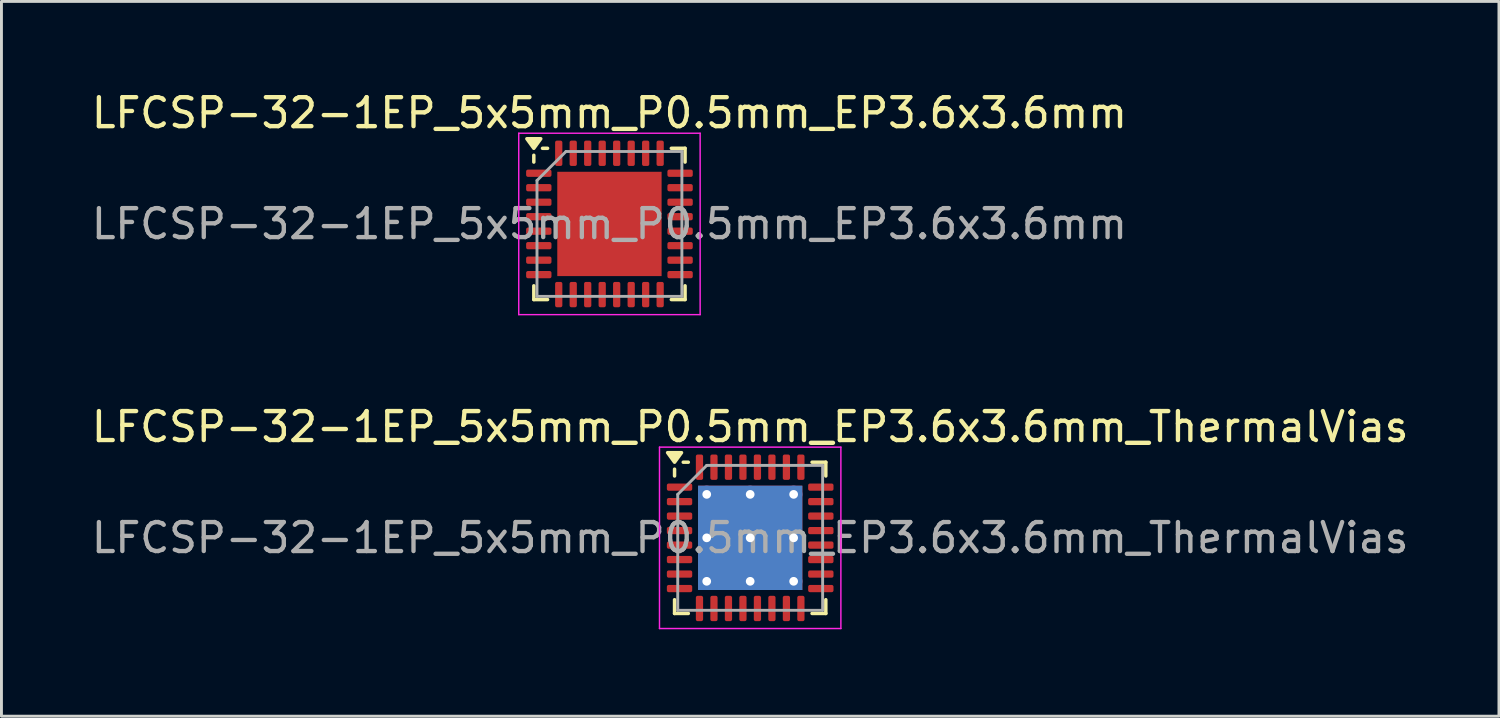
<source format=kicad_pcb>
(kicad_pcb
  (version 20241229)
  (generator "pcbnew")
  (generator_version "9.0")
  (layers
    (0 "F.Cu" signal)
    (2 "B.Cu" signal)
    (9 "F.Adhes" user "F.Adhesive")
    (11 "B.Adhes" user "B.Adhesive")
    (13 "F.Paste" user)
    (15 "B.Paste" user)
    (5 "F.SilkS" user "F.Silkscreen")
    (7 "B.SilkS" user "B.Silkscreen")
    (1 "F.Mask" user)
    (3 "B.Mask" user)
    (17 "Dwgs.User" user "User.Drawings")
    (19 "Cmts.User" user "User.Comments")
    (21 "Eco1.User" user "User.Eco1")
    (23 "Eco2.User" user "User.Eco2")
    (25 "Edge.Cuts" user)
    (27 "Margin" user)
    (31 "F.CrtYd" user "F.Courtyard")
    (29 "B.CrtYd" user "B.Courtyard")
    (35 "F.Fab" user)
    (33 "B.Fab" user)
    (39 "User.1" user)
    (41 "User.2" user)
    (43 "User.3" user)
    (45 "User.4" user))
  (footprint "LFCSP-32-1EP_5x5mm_P0.5mm_EP3.6x3.6mm"
    (layer "F.Cu")
    (at 17.982 4.678)
    (property "Reference" "LFCSP-32-1EP_5x5mm_P0.5mm_EP3.6x3.6mm" (at 0 -3.83 0) (layer "F.SilkS") (effects (font (size 1 1) (thickness 0.15))))
    (attr smd)
    (fp_line (start -2.61 -2.135) (end -2.61 -2.37) (stroke (width 0.12) (type solid)) (layer "F.SilkS"))
    (fp_line (start -2.61 2.61) (end -2.61 2.135) (stroke (width 0.12) (type solid)) (layer "F.SilkS"))
    (fp_line (start -2.135 -2.61) (end -2.31 -2.61) (stroke (width 0.12) (type solid)) (layer "F.SilkS"))
    (fp_line (start -2.135 2.61) (end -2.61 2.61) (stroke (width 0.12) (type solid)) (layer "F.SilkS"))
    (fp_line (start 2.135 -2.61) (end 2.61 -2.61) (stroke (width 0.12) (type solid)) (layer "F.SilkS"))
    (fp_line (start 2.135 2.61) (end 2.61 2.61) (stroke (width 0.12) (type solid)) (layer "F.SilkS"))
    (fp_line (start 2.61 -2.61) (end 2.61 -2.135) (stroke (width 0.12) (type solid)) (layer "F.SilkS"))
    (fp_line (start 2.61 2.61) (end 2.61 2.135) (stroke (width 0.12) (type solid)) (layer "F.SilkS"))
    (fp_poly (pts (xy -2.61 -2.61) (xy -2.85 -2.94) (xy -2.37 -2.94) (xy -2.61 -2.61)) (stroke (width 0.12) (type solid)) (fill yes) (layer "F.SilkS"))
    (fp_line (start -3.13 -3.13) (end -3.13 3.13) (stroke (width 0.05) (type solid)) (layer "F.CrtYd"))
    (fp_line (start -3.13 3.13) (end 3.13 3.13) (stroke (width 0.05) (type solid)) (layer "F.CrtYd"))
    (fp_line (start 3.13 -3.13) (end -3.13 -3.13) (stroke (width 0.05) (type solid)) (layer "F.CrtYd"))
    (fp_line (start 3.13 3.13) (end 3.13 -3.13) (stroke (width 0.05) (type solid)) (layer "F.CrtYd"))
    (fp_line (start -2.5 -1.5) (end -1.5 -2.5) (stroke (width 0.1) (type solid)) (layer "F.Fab"))
    (fp_line (start -2.5 2.5) (end -2.5 -1.5) (stroke (width 0.1) (type solid)) (layer "F.Fab"))
    (fp_line (start -1.5 -2.5) (end 2.5 -2.5) (stroke (width 0.1) (type solid)) (layer "F.Fab"))
    (fp_line (start 2.5 -2.5) (end 2.5 2.5) (stroke (width 0.1) (type solid)) (layer "F.Fab"))
    (fp_line (start 2.5 2.5) (end -2.5 2.5) (stroke (width 0.1) (type solid)) (layer "F.Fab"))
    (fp_text user "${REFERENCE}" (at 0 0 0) (layer "F.Fab") (effects (font (size 1 1) (thickness 0.15))))
    (pad "" smd roundrect (at -0.9 -0.9) (size 1.45 1.45) (layers "F.Paste") (roundrect_rratio 0.172))
    (pad "" smd roundrect (at -0.9 0.9) (size 1.45 1.45) (layers "F.Paste") (roundrect_rratio 0.172))
    (pad "" smd roundrect (at 0.9 -0.9) (size 1.45 1.45) (layers "F.Paste") (roundrect_rratio 0.172))
    (pad "" smd roundrect (at 0.9 0.9) (size 1.45 1.45) (layers "F.Paste") (roundrect_rratio 0.172))
    (pad "1" smd roundrect (at -2.438 -1.75) (size 0.875 0.25) (layers "F.Cu" "F.Mask" "F.Paste") (roundrect_rratio 0.25))
    (pad "2" smd roundrect (at -2.438 -1.25) (size 0.875 0.25) (layers "F.Cu" "F.Mask" "F.Paste") (roundrect_rratio 0.25))
    (pad "3" smd roundrect (at -2.438 -0.75) (size 0.875 0.25) (layers "F.Cu" "F.Mask" "F.Paste") (roundrect_rratio 0.25))
    (pad "4" smd roundrect (at -2.438 -0.25) (size 0.875 0.25) (layers "F.Cu" "F.Mask" "F.Paste") (roundrect_rratio 0.25))
    (pad "5" smd roundrect (at -2.438 0.25) (size 0.875 0.25) (layers "F.Cu" "F.Mask" "F.Paste") (roundrect_rratio 0.25))
    (pad "6" smd roundrect (at -2.438 0.75) (size 0.875 0.25) (layers "F.Cu" "F.Mask" "F.Paste") (roundrect_rratio 0.25))
    (pad "7" smd roundrect (at -2.438 1.25) (size 0.875 0.25) (layers "F.Cu" "F.Mask" "F.Paste") (roundrect_rratio 0.25))
    (pad "8" smd roundrect (at -2.438 1.75) (size 0.875 0.25) (layers "F.Cu" "F.Mask" "F.Paste") (roundrect_rratio 0.25))
    (pad "9" smd roundrect (at -1.75 2.438) (size 0.25 0.875) (layers "F.Cu" "F.Mask" "F.Paste") (roundrect_rratio 0.25))
    (pad "10" smd roundrect (at -1.25 2.438) (size 0.25 0.875) (layers "F.Cu" "F.Mask" "F.Paste") (roundrect_rratio 0.25))
    (pad "11" smd roundrect (at -0.75 2.438) (size 0.25 0.875) (layers "F.Cu" "F.Mask" "F.Paste") (roundrect_rratio 0.25))
    (pad "12" smd roundrect (at -0.25 2.438) (size 0.25 0.875) (layers "F.Cu" "F.Mask" "F.Paste") (roundrect_rratio 0.25))
    (pad "13" smd roundrect (at 0.25 2.438) (size 0.25 0.875) (layers "F.Cu" "F.Mask" "F.Paste") (roundrect_rratio 0.25))
    (pad "14" smd roundrect (at 0.75 2.438) (size 0.25 0.875) (layers "F.Cu" "F.Mask" "F.Paste") (roundrect_rratio 0.25))
    (pad "15" smd roundrect (at 1.25 2.438) (size 0.25 0.875) (layers "F.Cu" "F.Mask" "F.Paste") (roundrect_rratio 0.25))
    (pad "16" smd roundrect (at 1.75 2.438) (size 0.25 0.875) (layers "F.Cu" "F.Mask" "F.Paste") (roundrect_rratio 0.25))
    (pad "17" smd roundrect (at 2.438 1.75) (size 0.875 0.25) (layers "F.Cu" "F.Mask" "F.Paste") (roundrect_rratio 0.25))
    (pad "18" smd roundrect (at 2.438 1.25) (size 0.875 0.25) (layers "F.Cu" "F.Mask" "F.Paste") (roundrect_rratio 0.25))
    (pad "19" smd roundrect (at 2.438 0.75) (size 0.875 0.25) (layers "F.Cu" "F.Mask" "F.Paste") (roundrect_rratio 0.25))
    (pad "20" smd roundrect (at 2.438 0.25) (size 0.875 0.25) (layers "F.Cu" "F.Mask" "F.Paste") (roundrect_rratio 0.25))
    (pad "21" smd roundrect (at 2.438 -0.25) (size 0.875 0.25) (layers "F.Cu" "F.Mask" "F.Paste") (roundrect_rratio 0.25))
    (pad "22" smd roundrect (at 2.438 -0.75) (size 0.875 0.25) (layers "F.Cu" "F.Mask" "F.Paste") (roundrect_rratio 0.25))
    (pad "23" smd roundrect (at 2.438 -1.25) (size 0.875 0.25) (layers "F.Cu" "F.Mask" "F.Paste") (roundrect_rratio 0.25))
    (pad "24" smd roundrect (at 2.438 -1.75) (size 0.875 0.25) (layers "F.Cu" "F.Mask" "F.Paste") (roundrect_rratio 0.25))
    (pad "25" smd roundrect (at 1.75 -2.438) (size 0.25 0.875) (layers "F.Cu" "F.Mask" "F.Paste") (roundrect_rratio 0.25))
    (pad "26" smd roundrect (at 1.25 -2.438) (size 0.25 0.875) (layers "F.Cu" "F.Mask" "F.Paste") (roundrect_rratio 0.25))
    (pad "27" smd roundrect (at 0.75 -2.438) (size 0.25 0.875) (layers "F.Cu" "F.Mask" "F.Paste") (roundrect_rratio 0.25))
    (pad "28" smd roundrect (at 0.25 -2.438) (size 0.25 0.875) (layers "F.Cu" "F.Mask" "F.Paste") (roundrect_rratio 0.25))
    (pad "29" smd roundrect (at -0.25 -2.438) (size 0.25 0.875) (layers "F.Cu" "F.Mask" "F.Paste") (roundrect_rratio 0.25))
    (pad "30" smd roundrect (at -0.75 -2.438) (size 0.25 0.875) (layers "F.Cu" "F.Mask" "F.Paste") (roundrect_rratio 0.25))
    (pad "31" smd roundrect (at -1.25 -2.438) (size 0.25 0.875) (layers "F.Cu" "F.Mask" "F.Paste") (roundrect_rratio 0.25))
    (pad "32" smd roundrect (at -1.75 -2.438) (size 0.25 0.875) (layers "F.Cu" "F.Mask" "F.Paste") (roundrect_rratio 0.25))
    (pad "33" smd rect (at 0 0) (size 3.6 3.6) (property pad_prop_heatsink) (layers "F.Cu" "F.Mask")))
  (footprint "LFCSP-32-1EP_5x5mm_P0.5mm_EP3.6x3.6mm_ThermalVias"
    (layer "F.Cu")
    (at 22.839 15.511)
    (property "Reference" "LFCSP-32-1EP_5x5mm_P0.5mm_EP3.6x3.6mm_ThermalVias" (at 0 -3.83 0) (layer "F.SilkS") (effects (font (size 1 1) (thickness 0.15))))
    (attr smd)
    (fp_line (start -2.61 -2.135) (end -2.61 -2.37) (stroke (width 0.12) (type solid)) (layer "F.SilkS"))
    (fp_line (start -2.61 2.61) (end -2.61 2.135) (stroke (width 0.12) (type solid)) (layer "F.SilkS"))
    (fp_line (start -2.135 -2.61) (end -2.31 -2.61) (stroke (width 0.12) (type solid)) (layer "F.SilkS"))
    (fp_line (start -2.135 2.61) (end -2.61 2.61) (stroke (width 0.12) (type solid)) (layer "F.SilkS"))
    (fp_line (start 2.135 -2.61) (end 2.61 -2.61) (stroke (width 0.12) (type solid)) (layer "F.SilkS"))
    (fp_line (start 2.135 2.61) (end 2.61 2.61) (stroke (width 0.12) (type solid)) (layer "F.SilkS"))
    (fp_line (start 2.61 -2.61) (end 2.61 -2.135) (stroke (width 0.12) (type solid)) (layer "F.SilkS"))
    (fp_line (start 2.61 2.61) (end 2.61 2.135) (stroke (width 0.12) (type solid)) (layer "F.SilkS"))
    (fp_poly (pts (xy -2.61 -2.61) (xy -2.85 -2.94) (xy -2.37 -2.94) (xy -2.61 -2.61)) (stroke (width 0.12) (type solid)) (fill yes) (layer "F.SilkS"))
    (fp_line (start -3.13 -3.13) (end -3.13 3.13) (stroke (width 0.05) (type solid)) (layer "F.CrtYd"))
    (fp_line (start -3.13 3.13) (end 3.13 3.13) (stroke (width 0.05) (type solid)) (layer "F.CrtYd"))
    (fp_line (start 3.13 -3.13) (end -3.13 -3.13) (stroke (width 0.05) (type solid)) (layer "F.CrtYd"))
    (fp_line (start 3.13 3.13) (end 3.13 -3.13) (stroke (width 0.05) (type solid)) (layer "F.CrtYd"))
    (fp_line (start -2.5 -1.5) (end -1.5 -2.5) (stroke (width 0.1) (type solid)) (layer "F.Fab"))
    (fp_line (start -2.5 2.5) (end -2.5 -1.5) (stroke (width 0.1) (type solid)) (layer "F.Fab"))
    (fp_line (start -1.5 -2.5) (end 2.5 -2.5) (stroke (width 0.1) (type solid)) (layer "F.Fab"))
    (fp_line (start 2.5 -2.5) (end 2.5 2.5) (stroke (width 0.1) (type solid)) (layer "F.Fab"))
    (fp_line (start 2.5 2.5) (end -2.5 2.5) (stroke (width 0.1) (type solid)) (layer "F.Fab"))
    (fp_text user "${REFERENCE}" (at 0 0 0) (layer "F.Fab") (effects (font (size 1 1) (thickness 0.15))))
    (pad "" smd roundrect (at -0.9 -0.9) (size 1.51 1.51) (layers "F.Paste") (roundrect_rratio 0.166))
    (pad "" smd roundrect (at -0.9 0.9) (size 1.51 1.51) (layers "F.Paste") (roundrect_rratio 0.166))
    (pad "" smd roundrect (at 0.9 -0.9) (size 1.51 1.51) (layers "F.Paste") (roundrect_rratio 0.166))
    (pad "" smd roundrect (at 0.9 0.9) (size 1.51 1.51) (layers "F.Paste") (roundrect_rratio 0.166))
    (pad "1" smd roundrect (at -2.438 -1.75) (size 0.875 0.25) (layers "F.Cu" "F.Mask" "F.Paste") (roundrect_rratio 0.25))
    (pad "2" smd roundrect (at -2.438 -1.25) (size 0.875 0.25) (layers "F.Cu" "F.Mask" "F.Paste") (roundrect_rratio 0.25))
    (pad "3" smd roundrect (at -2.438 -0.75) (size 0.875 0.25) (layers "F.Cu" "F.Mask" "F.Paste") (roundrect_rratio 0.25))
    (pad "4" smd roundrect (at -2.438 -0.25) (size 0.875 0.25) (layers "F.Cu" "F.Mask" "F.Paste") (roundrect_rratio 0.25))
    (pad "5" smd roundrect (at -2.438 0.25) (size 0.875 0.25) (layers "F.Cu" "F.Mask" "F.Paste") (roundrect_rratio 0.25))
    (pad "6" smd roundrect (at -2.438 0.75) (size 0.875 0.25) (layers "F.Cu" "F.Mask" "F.Paste") (roundrect_rratio 0.25))
    (pad "7" smd roundrect (at -2.438 1.25) (size 0.875 0.25) (layers "F.Cu" "F.Mask" "F.Paste") (roundrect_rratio 0.25))
    (pad "8" smd roundrect (at -2.438 1.75) (size 0.875 0.25) (layers "F.Cu" "F.Mask" "F.Paste") (roundrect_rratio 0.25))
    (pad "9" smd roundrect (at -1.75 2.438) (size 0.25 0.875) (layers "F.Cu" "F.Mask" "F.Paste") (roundrect_rratio 0.25))
    (pad "10" smd roundrect (at -1.25 2.438) (size 0.25 0.875) (layers "F.Cu" "F.Mask" "F.Paste") (roundrect_rratio 0.25))
    (pad "11" smd roundrect (at -0.75 2.438) (size 0.25 0.875) (layers "F.Cu" "F.Mask" "F.Paste") (roundrect_rratio 0.25))
    (pad "12" smd roundrect (at -0.25 2.438) (size 0.25 0.875) (layers "F.Cu" "F.Mask" "F.Paste") (roundrect_rratio 0.25))
    (pad "13" smd roundrect (at 0.25 2.438) (size 0.25 0.875) (layers "F.Cu" "F.Mask" "F.Paste") (roundrect_rratio 0.25))
    (pad "14" smd roundrect (at 0.75 2.438) (size 0.25 0.875) (layers "F.Cu" "F.Mask" "F.Paste") (roundrect_rratio 0.25))
    (pad "15" smd roundrect (at 1.25 2.438) (size 0.25 0.875) (layers "F.Cu" "F.Mask" "F.Paste") (roundrect_rratio 0.25))
    (pad "16" smd roundrect (at 1.75 2.438) (size 0.25 0.875) (layers "F.Cu" "F.Mask" "F.Paste") (roundrect_rratio 0.25))
    (pad "17" smd roundrect (at 2.438 1.75) (size 0.875 0.25) (layers "F.Cu" "F.Mask" "F.Paste") (roundrect_rratio 0.25))
    (pad "18" smd roundrect (at 2.438 1.25) (size 0.875 0.25) (layers "F.Cu" "F.Mask" "F.Paste") (roundrect_rratio 0.25))
    (pad "19" smd roundrect (at 2.438 0.75) (size 0.875 0.25) (layers "F.Cu" "F.Mask" "F.Paste") (roundrect_rratio 0.25))
    (pad "20" smd roundrect (at 2.438 0.25) (size 0.875 0.25) (layers "F.Cu" "F.Mask" "F.Paste") (roundrect_rratio 0.25))
    (pad "21" smd roundrect (at 2.438 -0.25) (size 0.875 0.25) (layers "F.Cu" "F.Mask" "F.Paste") (roundrect_rratio 0.25))
    (pad "22" smd roundrect (at 2.438 -0.75) (size 0.875 0.25) (layers "F.Cu" "F.Mask" "F.Paste") (roundrect_rratio 0.25))
    (pad "23" smd roundrect (at 2.438 -1.25) (size 0.875 0.25) (layers "F.Cu" "F.Mask" "F.Paste") (roundrect_rratio 0.25))
    (pad "24" smd roundrect (at 2.438 -1.75) (size 0.875 0.25) (layers "F.Cu" "F.Mask" "F.Paste") (roundrect_rratio 0.25))
    (pad "25" smd roundrect (at 1.75 -2.438) (size 0.25 0.875) (layers "F.Cu" "F.Mask" "F.Paste") (roundrect_rratio 0.25))
    (pad "26" smd roundrect (at 1.25 -2.438) (size 0.25 0.875) (layers "F.Cu" "F.Mask" "F.Paste") (roundrect_rratio 0.25))
    (pad "27" smd roundrect (at 0.75 -2.438) (size 0.25 0.875) (layers "F.Cu" "F.Mask" "F.Paste") (roundrect_rratio 0.25))
    (pad "28" smd roundrect (at 0.25 -2.438) (size 0.25 0.875) (layers "F.Cu" "F.Mask" "F.Paste") (roundrect_rratio 0.25))
    (pad "29" smd roundrect (at -0.25 -2.438) (size 0.25 0.875) (layers "F.Cu" "F.Mask" "F.Paste") (roundrect_rratio 0.25))
    (pad "30" smd roundrect (at -0.75 -2.438) (size 0.25 0.875) (layers "F.Cu" "F.Mask" "F.Paste") (roundrect_rratio 0.25))
    (pad "31" smd roundrect (at -1.25 -2.438) (size 0.25 0.875) (layers "F.Cu" "F.Mask" "F.Paste") (roundrect_rratio 0.25))
    (pad "32" smd roundrect (at -1.75 -2.438) (size 0.25 0.875) (layers "F.Cu" "F.Mask" "F.Paste") (roundrect_rratio 0.25))
    (pad "33" thru_hole circle (at -1.5 -1.5) (size 0.6 0.6) (drill 0.3) (property pad_prop_heatsink) (layers "*.Cu"))
    (pad "33" thru_hole circle (at -1.5 0) (size 0.6 0.6) (drill 0.3) (property pad_prop_heatsink) (layers "*.Cu"))
    (pad "33" thru_hole circle (at -1.5 1.5) (size 0.6 0.6) (drill 0.3) (property pad_prop_heatsink) (layers "*.Cu"))
    (pad "33" thru_hole circle (at 0 -1.5) (size 0.6 0.6) (drill 0.3) (property pad_prop_heatsink) (layers "*.Cu"))
    (pad "33" thru_hole circle (at 0 0) (size 0.6 0.6) (drill 0.3) (property pad_prop_heatsink) (layers "*.Cu"))
    (pad "33" smd rect (at 0 0) (size 3.6 3.6) (property pad_prop_heatsink) (layers "F.Cu" "F.Mask"))
    (pad "33" smd rect (at 0 0) (size 3.6 3.6) (property pad_prop_heatsink) (layers "B.Cu"))
    (pad "33" thru_hole circle (at 0 1.5) (size 0.6 0.6) (drill 0.3) (property pad_prop_heatsink) (layers "*.Cu"))
    (pad "33" thru_hole circle (at 1.5 -1.5) (size 0.6 0.6) (drill 0.3) (property pad_prop_heatsink) (layers "*.Cu"))
    (pad "33" thru_hole circle (at 1.5 0) (size 0.6 0.6) (drill 0.3) (property pad_prop_heatsink) (layers "*.Cu"))
    (pad "33" thru_hole circle (at 1.5 1.5) (size 0.6 0.6) (drill 0.3) (property pad_prop_heatsink) (layers "*.Cu")))
  (gr_rect
    (start -3 -3)
    (end 48.679 21.666)
    (stroke (width 0.1) (type default))
    (fill no)
    (layer "Edge.Cuts")))
</source>
